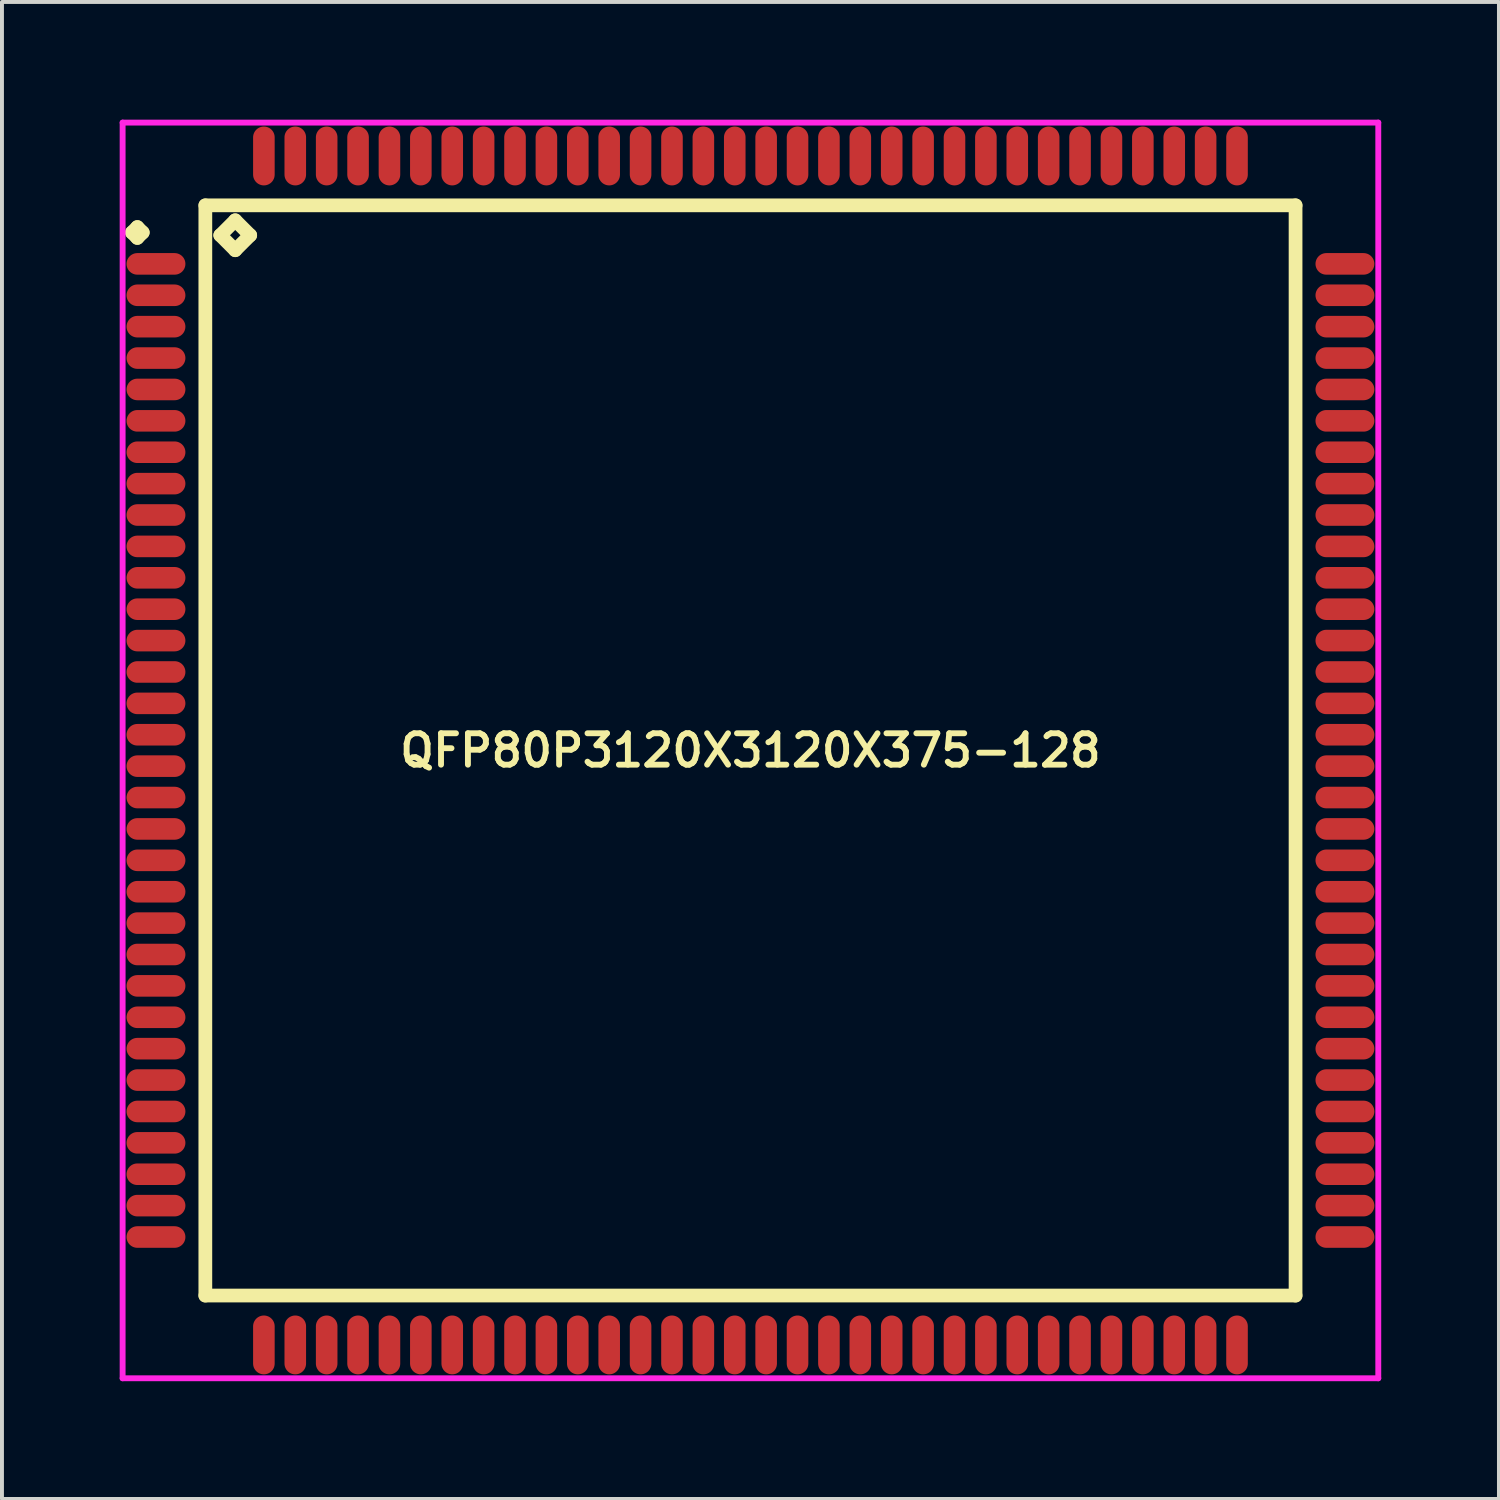
<source format=kicad_pcb>
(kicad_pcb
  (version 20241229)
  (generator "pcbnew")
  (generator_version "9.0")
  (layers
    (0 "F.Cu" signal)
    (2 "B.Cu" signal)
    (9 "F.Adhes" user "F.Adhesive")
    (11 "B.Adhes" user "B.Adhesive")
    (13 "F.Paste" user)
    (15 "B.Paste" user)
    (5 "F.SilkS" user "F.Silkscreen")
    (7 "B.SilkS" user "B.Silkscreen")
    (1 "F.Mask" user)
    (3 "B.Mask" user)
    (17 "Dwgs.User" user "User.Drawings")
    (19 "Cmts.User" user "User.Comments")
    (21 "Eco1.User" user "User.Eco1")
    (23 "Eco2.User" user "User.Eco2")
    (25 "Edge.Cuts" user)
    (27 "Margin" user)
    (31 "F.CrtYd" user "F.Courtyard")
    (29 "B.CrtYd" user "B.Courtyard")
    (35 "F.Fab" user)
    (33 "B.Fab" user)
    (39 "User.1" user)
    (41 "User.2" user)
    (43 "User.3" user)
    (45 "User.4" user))
  (footprint "QFP80P3120X3120X375-128"
    (layer "F.Cu")
    (at 16.075 16.075)
    (property "Reference" "QFP80P3120X3120X375-128" (at 0 0 0) (layer "F.SilkS") (effects (font (size 0.8 0.8) (thickness 0.15))))
    (attr through_hole)
    (fp_line (start -15.762 -13.2) (end -15.625 -13.338) (stroke (width 0.35) (type solid)) (layer "F.SilkS"))
    (fp_line (start -15.625 -13.338) (end -15.488 -13.2) (stroke (width 0.35) (type solid)) (layer "F.SilkS"))
    (fp_line (start -15.625 -13.062) (end -15.762 -13.2) (stroke (width 0.35) (type solid)) (layer "F.SilkS"))
    (fp_line (start -15.488 -13.2) (end -15.625 -13.062) (stroke (width 0.35) (type solid)) (layer "F.SilkS"))
    (fp_line (start -13.892 -13.892) (end -13.892 13.892) (stroke (width 0.35) (type solid)) (layer "F.SilkS"))
    (fp_line (start -13.892 13.892) (end 13.892 13.892) (stroke (width 0.35) (type solid)) (layer "F.SilkS"))
    (fp_line (start -13.511 -13.13) (end -13.13 -13.511) (stroke (width 0.35) (type solid)) (layer "F.SilkS"))
    (fp_line (start -13.13 -13.511) (end -12.749 -13.13) (stroke (width 0.35) (type solid)) (layer "F.SilkS"))
    (fp_line (start -13.13 -12.749) (end -13.511 -13.13) (stroke (width 0.35) (type solid)) (layer "F.SilkS"))
    (fp_line (start -12.749 -13.13) (end -13.13 -12.749) (stroke (width 0.35) (type solid)) (layer "F.SilkS"))
    (fp_line (start 13.892 -13.892) (end -13.892 -13.892) (stroke (width 0.35) (type solid)) (layer "F.SilkS"))
    (fp_line (start 13.892 13.892) (end 13.892 -13.892) (stroke (width 0.35) (type solid)) (layer "F.SilkS"))
    (fp_line (start -16 -16) (end 16 -16) (stroke (width 0.15) (type solid)) (layer "F.CrtYd"))
    (fp_line (start -16 16) (end -16 -16) (stroke (width 0.15) (type solid)) (layer "F.CrtYd"))
    (fp_line (start 16 -16) (end 16 16) (stroke (width 0.15) (type solid)) (layer "F.CrtYd"))
    (fp_line (start 16 16) (end -16 16) (stroke (width 0.15) (type solid)) (layer "F.CrtYd"))
    (pad "1" smd oval (at -15.15 -12.4) (size 1.5 0.55) (layers "F.Cu" "F.Mask" "F.Paste"))
    (pad "2" smd oval (at -15.15 -11.6) (size 1.5 0.55) (layers "F.Cu" "F.Mask" "F.Paste"))
    (pad "3" smd oval (at -15.15 -10.8) (size 1.5 0.55) (layers "F.Cu" "F.Mask" "F.Paste"))
    (pad "4" smd oval (at -15.15 -10) (size 1.5 0.55) (layers "F.Cu" "F.Mask" "F.Paste"))
    (pad "5" smd oval (at -15.15 -9.2) (size 1.5 0.55) (layers "F.Cu" "F.Mask" "F.Paste"))
    (pad "6" smd oval (at -15.15 -8.4) (size 1.5 0.55) (layers "F.Cu" "F.Mask" "F.Paste"))
    (pad "7" smd oval (at -15.15 -7.6) (size 1.5 0.55) (layers "F.Cu" "F.Mask" "F.Paste"))
    (pad "8" smd oval (at -15.15 -6.8) (size 1.5 0.55) (layers "F.Cu" "F.Mask" "F.Paste"))
    (pad "9" smd oval (at -15.15 -6) (size 1.5 0.55) (layers "F.Cu" "F.Mask" "F.Paste"))
    (pad "10" smd oval (at -15.15 -5.2) (size 1.5 0.55) (layers "F.Cu" "F.Mask" "F.Paste"))
    (pad "11" smd oval (at -15.15 -4.4) (size 1.5 0.55) (layers "F.Cu" "F.Mask" "F.Paste"))
    (pad "12" smd oval (at -15.15 -3.6) (size 1.5 0.55) (layers "F.Cu" "F.Mask" "F.Paste"))
    (pad "13" smd oval (at -15.15 -2.8) (size 1.5 0.55) (layers "F.Cu" "F.Mask" "F.Paste"))
    (pad "14" smd oval (at -15.15 -2) (size 1.5 0.55) (layers "F.Cu" "F.Mask" "F.Paste"))
    (pad "15" smd oval (at -15.15 -1.2) (size 1.5 0.55) (layers "F.Cu" "F.Mask" "F.Paste"))
    (pad "16" smd oval (at -15.15 -0.4) (size 1.5 0.55) (layers "F.Cu" "F.Mask" "F.Paste"))
    (pad "17" smd oval (at -15.15 0.4) (size 1.5 0.55) (layers "F.Cu" "F.Mask" "F.Paste"))
    (pad "18" smd oval (at -15.15 1.2) (size 1.5 0.55) (layers "F.Cu" "F.Mask" "F.Paste"))
    (pad "19" smd oval (at -15.15 2) (size 1.5 0.55) (layers "F.Cu" "F.Mask" "F.Paste"))
    (pad "20" smd oval (at -15.15 2.8) (size 1.5 0.55) (layers "F.Cu" "F.Mask" "F.Paste"))
    (pad "21" smd oval (at -15.15 3.6) (size 1.5 0.55) (layers "F.Cu" "F.Mask" "F.Paste"))
    (pad "22" smd oval (at -15.15 4.4) (size 1.5 0.55) (layers "F.Cu" "F.Mask" "F.Paste"))
    (pad "23" smd oval (at -15.15 5.2) (size 1.5 0.55) (layers "F.Cu" "F.Mask" "F.Paste"))
    (pad "24" smd oval (at -15.15 6) (size 1.5 0.55) (layers "F.Cu" "F.Mask" "F.Paste"))
    (pad "25" smd oval (at -15.15 6.8) (size 1.5 0.55) (layers "F.Cu" "F.Mask" "F.Paste"))
    (pad "26" smd oval (at -15.15 7.6) (size 1.5 0.55) (layers "F.Cu" "F.Mask" "F.Paste"))
    (pad "27" smd oval (at -15.15 8.4) (size 1.5 0.55) (layers "F.Cu" "F.Mask" "F.Paste"))
    (pad "28" smd oval (at -15.15 9.2) (size 1.5 0.55) (layers "F.Cu" "F.Mask" "F.Paste"))
    (pad "29" smd oval (at -15.15 10) (size 1.5 0.55) (layers "F.Cu" "F.Mask" "F.Paste"))
    (pad "30" smd oval (at -15.15 10.8) (size 1.5 0.55) (layers "F.Cu" "F.Mask" "F.Paste"))
    (pad "31" smd oval (at -15.15 11.6) (size 1.5 0.55) (layers "F.Cu" "F.Mask" "F.Paste"))
    (pad "32" smd oval (at -15.15 12.4) (size 1.5 0.55) (layers "F.Cu" "F.Mask" "F.Paste"))
    (pad "33" smd oval (at -12.4 15.15) (size 0.55 1.5) (layers "F.Cu" "F.Mask" "F.Paste"))
    (pad "34" smd oval (at -11.6 15.15) (size 0.55 1.5) (layers "F.Cu" "F.Mask" "F.Paste"))
    (pad "35" smd oval (at -10.8 15.15) (size 0.55 1.5) (layers "F.Cu" "F.Mask" "F.Paste"))
    (pad "36" smd oval (at -10 15.15) (size 0.55 1.5) (layers "F.Cu" "F.Mask" "F.Paste"))
    (pad "37" smd oval (at -9.2 15.15) (size 0.55 1.5) (layers "F.Cu" "F.Mask" "F.Paste"))
    (pad "38" smd oval (at -8.4 15.15) (size 0.55 1.5) (layers "F.Cu" "F.Mask" "F.Paste"))
    (pad "39" smd oval (at -7.6 15.15) (size 0.55 1.5) (layers "F.Cu" "F.Mask" "F.Paste"))
    (pad "40" smd oval (at -6.8 15.15) (size 0.55 1.5) (layers "F.Cu" "F.Mask" "F.Paste"))
    (pad "41" smd oval (at -6 15.15) (size 0.55 1.5) (layers "F.Cu" "F.Mask" "F.Paste"))
    (pad "42" smd oval (at -5.2 15.15) (size 0.55 1.5) (layers "F.Cu" "F.Mask" "F.Paste"))
    (pad "43" smd oval (at -4.4 15.15) (size 0.55 1.5) (layers "F.Cu" "F.Mask" "F.Paste"))
    (pad "44" smd oval (at -3.6 15.15) (size 0.55 1.5) (layers "F.Cu" "F.Mask" "F.Paste"))
    (pad "45" smd oval (at -2.8 15.15) (size 0.55 1.5) (layers "F.Cu" "F.Mask" "F.Paste"))
    (pad "46" smd oval (at -2 15.15) (size 0.55 1.5) (layers "F.Cu" "F.Mask" "F.Paste"))
    (pad "47" smd oval (at -1.2 15.15) (size 0.55 1.5) (layers "F.Cu" "F.Mask" "F.Paste"))
    (pad "48" smd oval (at -0.4 15.15) (size 0.55 1.5) (layers "F.Cu" "F.Mask" "F.Paste"))
    (pad "49" smd oval (at 0.4 15.15) (size 0.55 1.5) (layers "F.Cu" "F.Mask" "F.Paste"))
    (pad "50" smd oval (at 1.2 15.15) (size 0.55 1.5) (layers "F.Cu" "F.Mask" "F.Paste"))
    (pad "51" smd oval (at 2 15.15) (size 0.55 1.5) (layers "F.Cu" "F.Mask" "F.Paste"))
    (pad "52" smd oval (at 2.8 15.15) (size 0.55 1.5) (layers "F.Cu" "F.Mask" "F.Paste"))
    (pad "53" smd oval (at 3.6 15.15) (size 0.55 1.5) (layers "F.Cu" "F.Mask" "F.Paste"))
    (pad "54" smd oval (at 4.4 15.15) (size 0.55 1.5) (layers "F.Cu" "F.Mask" "F.Paste"))
    (pad "55" smd oval (at 5.2 15.15) (size 0.55 1.5) (layers "F.Cu" "F.Mask" "F.Paste"))
    (pad "56" smd oval (at 6 15.15) (size 0.55 1.5) (layers "F.Cu" "F.Mask" "F.Paste"))
    (pad "57" smd oval (at 6.8 15.15) (size 0.55 1.5) (layers "F.Cu" "F.Mask" "F.Paste"))
    (pad "58" smd oval (at 7.6 15.15) (size 0.55 1.5) (layers "F.Cu" "F.Mask" "F.Paste"))
    (pad "59" smd oval (at 8.4 15.15) (size 0.55 1.5) (layers "F.Cu" "F.Mask" "F.Paste"))
    (pad "60" smd oval (at 9.2 15.15) (size 0.55 1.5) (layers "F.Cu" "F.Mask" "F.Paste"))
    (pad "61" smd oval (at 10 15.15) (size 0.55 1.5) (layers "F.Cu" "F.Mask" "F.Paste"))
    (pad "62" smd oval (at 10.8 15.15) (size 0.55 1.5) (layers "F.Cu" "F.Mask" "F.Paste"))
    (pad "63" smd oval (at 11.6 15.15) (size 0.55 1.5) (layers "F.Cu" "F.Mask" "F.Paste"))
    (pad "64" smd oval (at 12.4 15.15) (size 0.55 1.5) (layers "F.Cu" "F.Mask" "F.Paste"))
    (pad "65" smd oval (at 15.15 12.4) (size 1.5 0.55) (layers "F.Cu" "F.Mask" "F.Paste"))
    (pad "66" smd oval (at 15.15 11.6) (size 1.5 0.55) (layers "F.Cu" "F.Mask" "F.Paste"))
    (pad "67" smd oval (at 15.15 10.8) (size 1.5 0.55) (layers "F.Cu" "F.Mask" "F.Paste"))
    (pad "68" smd oval (at 15.15 10) (size 1.5 0.55) (layers "F.Cu" "F.Mask" "F.Paste"))
    (pad "69" smd oval (at 15.15 9.2) (size 1.5 0.55) (layers "F.Cu" "F.Mask" "F.Paste"))
    (pad "70" smd oval (at 15.15 8.4) (size 1.5 0.55) (layers "F.Cu" "F.Mask" "F.Paste"))
    (pad "71" smd oval (at 15.15 7.6) (size 1.5 0.55) (layers "F.Cu" "F.Mask" "F.Paste"))
    (pad "72" smd oval (at 15.15 6.8) (size 1.5 0.55) (layers "F.Cu" "F.Mask" "F.Paste"))
    (pad "73" smd oval (at 15.15 6) (size 1.5 0.55) (layers "F.Cu" "F.Mask" "F.Paste"))
    (pad "74" smd oval (at 15.15 5.2) (size 1.5 0.55) (layers "F.Cu" "F.Mask" "F.Paste"))
    (pad "75" smd oval (at 15.15 4.4) (size 1.5 0.55) (layers "F.Cu" "F.Mask" "F.Paste"))
    (pad "76" smd oval (at 15.15 3.6) (size 1.5 0.55) (layers "F.Cu" "F.Mask" "F.Paste"))
    (pad "77" smd oval (at 15.15 2.8) (size 1.5 0.55) (layers "F.Cu" "F.Mask" "F.Paste"))
    (pad "78" smd oval (at 15.15 2) (size 1.5 0.55) (layers "F.Cu" "F.Mask" "F.Paste"))
    (pad "79" smd oval (at 15.15 1.2) (size 1.5 0.55) (layers "F.Cu" "F.Mask" "F.Paste"))
    (pad "80" smd oval (at 15.15 0.4) (size 1.5 0.55) (layers "F.Cu" "F.Mask" "F.Paste"))
    (pad "81" smd oval (at 15.15 -0.4) (size 1.5 0.55) (layers "F.Cu" "F.Mask" "F.Paste"))
    (pad "82" smd oval (at 15.15 -1.2) (size 1.5 0.55) (layers "F.Cu" "F.Mask" "F.Paste"))
    (pad "83" smd oval (at 15.15 -2) (size 1.5 0.55) (layers "F.Cu" "F.Mask" "F.Paste"))
    (pad "84" smd oval (at 15.15 -2.8) (size 1.5 0.55) (layers "F.Cu" "F.Mask" "F.Paste"))
    (pad "85" smd oval (at 15.15 -3.6) (size 1.5 0.55) (layers "F.Cu" "F.Mask" "F.Paste"))
    (pad "86" smd oval (at 15.15 -4.4) (size 1.5 0.55) (layers "F.Cu" "F.Mask" "F.Paste"))
    (pad "87" smd oval (at 15.15 -5.2) (size 1.5 0.55) (layers "F.Cu" "F.Mask" "F.Paste"))
    (pad "88" smd oval (at 15.15 -6) (size 1.5 0.55) (layers "F.Cu" "F.Mask" "F.Paste"))
    (pad "89" smd oval (at 15.15 -6.8) (size 1.5 0.55) (layers "F.Cu" "F.Mask" "F.Paste"))
    (pad "90" smd oval (at 15.15 -7.6) (size 1.5 0.55) (layers "F.Cu" "F.Mask" "F.Paste"))
    (pad "91" smd oval (at 15.15 -8.4) (size 1.5 0.55) (layers "F.Cu" "F.Mask" "F.Paste"))
    (pad "92" smd oval (at 15.15 -9.2) (size 1.5 0.55) (layers "F.Cu" "F.Mask" "F.Paste"))
    (pad "93" smd oval (at 15.15 -10) (size 1.5 0.55) (layers "F.Cu" "F.Mask" "F.Paste"))
    (pad "94" smd oval (at 15.15 -10.8) (size 1.5 0.55) (layers "F.Cu" "F.Mask" "F.Paste"))
    (pad "95" smd oval (at 15.15 -11.6) (size 1.5 0.55) (layers "F.Cu" "F.Mask" "F.Paste"))
    (pad "96" smd oval (at 15.15 -12.4) (size 1.5 0.55) (layers "F.Cu" "F.Mask" "F.Paste"))
    (pad "97" smd oval (at 12.4 -15.15) (size 0.55 1.5) (layers "F.Cu" "F.Mask" "F.Paste"))
    (pad "98" smd oval (at 11.6 -15.15) (size 0.55 1.5) (layers "F.Cu" "F.Mask" "F.Paste"))
    (pad "99" smd oval (at 10.8 -15.15) (size 0.55 1.5) (layers "F.Cu" "F.Mask" "F.Paste"))
    (pad "100" smd oval (at 10 -15.15) (size 0.55 1.5) (layers "F.Cu" "F.Mask" "F.Paste"))
    (pad "101" smd oval (at 9.2 -15.15) (size 0.55 1.5) (layers "F.Cu" "F.Mask" "F.Paste"))
    (pad "102" smd oval (at 8.4 -15.15) (size 0.55 1.5) (layers "F.Cu" "F.Mask" "F.Paste"))
    (pad "103" smd oval (at 7.6 -15.15) (size 0.55 1.5) (layers "F.Cu" "F.Mask" "F.Paste"))
    (pad "104" smd oval (at 6.8 -15.15) (size 0.55 1.5) (layers "F.Cu" "F.Mask" "F.Paste"))
    (pad "105" smd oval (at 6 -15.15) (size 0.55 1.5) (layers "F.Cu" "F.Mask" "F.Paste"))
    (pad "106" smd oval (at 5.2 -15.15) (size 0.55 1.5) (layers "F.Cu" "F.Mask" "F.Paste"))
    (pad "107" smd oval (at 4.4 -15.15) (size 0.55 1.5) (layers "F.Cu" "F.Mask" "F.Paste"))
    (pad "108" smd oval (at 3.6 -15.15) (size 0.55 1.5) (layers "F.Cu" "F.Mask" "F.Paste"))
    (pad "109" smd oval (at 2.8 -15.15) (size 0.55 1.5) (layers "F.Cu" "F.Mask" "F.Paste"))
    (pad "110" smd oval (at 2 -15.15) (size 0.55 1.5) (layers "F.Cu" "F.Mask" "F.Paste"))
    (pad "111" smd oval (at 1.2 -15.15) (size 0.55 1.5) (layers "F.Cu" "F.Mask" "F.Paste"))
    (pad "112" smd oval (at 0.4 -15.15) (size 0.55 1.5) (layers "F.Cu" "F.Mask" "F.Paste"))
    (pad "113" smd oval (at -0.4 -15.15) (size 0.55 1.5) (layers "F.Cu" "F.Mask" "F.Paste"))
    (pad "114" smd oval (at -1.2 -15.15) (size 0.55 1.5) (layers "F.Cu" "F.Mask" "F.Paste"))
    (pad "115" smd oval (at -2 -15.15) (size 0.55 1.5) (layers "F.Cu" "F.Mask" "F.Paste"))
    (pad "116" smd oval (at -2.8 -15.15) (size 0.55 1.5) (layers "F.Cu" "F.Mask" "F.Paste"))
    (pad "117" smd oval (at -3.6 -15.15) (size 0.55 1.5) (layers "F.Cu" "F.Mask" "F.Paste"))
    (pad "118" smd oval (at -4.4 -15.15) (size 0.55 1.5) (layers "F.Cu" "F.Mask" "F.Paste"))
    (pad "119" smd oval (at -5.2 -15.15) (size 0.55 1.5) (layers "F.Cu" "F.Mask" "F.Paste"))
    (pad "120" smd oval (at -6 -15.15) (size 0.55 1.5) (layers "F.Cu" "F.Mask" "F.Paste"))
    (pad "121" smd oval (at -6.8 -15.15) (size 0.55 1.5) (layers "F.Cu" "F.Mask" "F.Paste"))
    (pad "122" smd oval (at -7.6 -15.15) (size 0.55 1.5) (layers "F.Cu" "F.Mask" "F.Paste"))
    (pad "123" smd oval (at -8.4 -15.15) (size 0.55 1.5) (layers "F.Cu" "F.Mask" "F.Paste"))
    (pad "124" smd oval (at -9.2 -15.15) (size 0.55 1.5) (layers "F.Cu" "F.Mask" "F.Paste"))
    (pad "125" smd oval (at -10 -15.15) (size 0.55 1.5) (layers "F.Cu" "F.Mask" "F.Paste"))
    (pad "126" smd oval (at -10.8 -15.15) (size 0.55 1.5) (layers "F.Cu" "F.Mask" "F.Paste"))
    (pad "127" smd oval (at -11.6 -15.15) (size 0.55 1.5) (layers "F.Cu" "F.Mask" "F.Paste"))
    (pad "128" smd oval (at -12.4 -15.15) (size 0.55 1.5) (layers "F.Cu" "F.Mask" "F.Paste")))
  (gr_rect
    (start -3 -3)
    (end 35.15 35.15)
    (stroke (width 0.1) (type default))
    (fill no)
    (layer "Edge.Cuts")))
</source>
